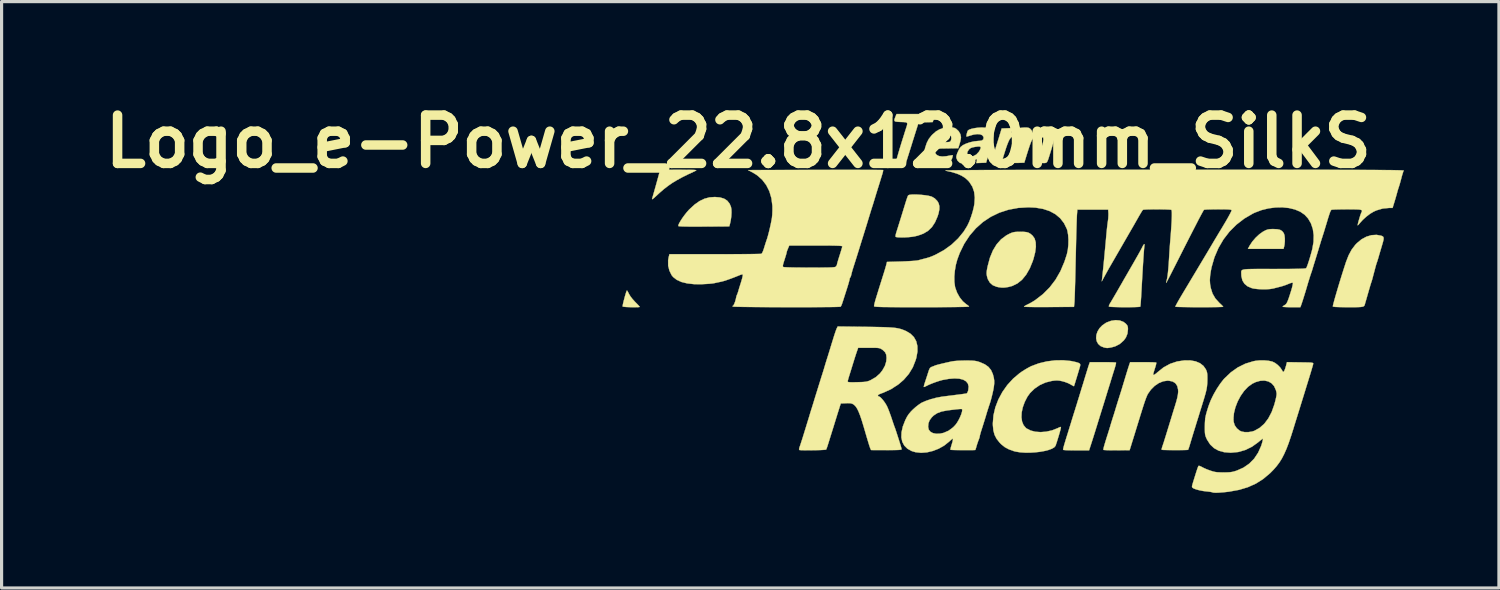
<source format=kicad_pcb>
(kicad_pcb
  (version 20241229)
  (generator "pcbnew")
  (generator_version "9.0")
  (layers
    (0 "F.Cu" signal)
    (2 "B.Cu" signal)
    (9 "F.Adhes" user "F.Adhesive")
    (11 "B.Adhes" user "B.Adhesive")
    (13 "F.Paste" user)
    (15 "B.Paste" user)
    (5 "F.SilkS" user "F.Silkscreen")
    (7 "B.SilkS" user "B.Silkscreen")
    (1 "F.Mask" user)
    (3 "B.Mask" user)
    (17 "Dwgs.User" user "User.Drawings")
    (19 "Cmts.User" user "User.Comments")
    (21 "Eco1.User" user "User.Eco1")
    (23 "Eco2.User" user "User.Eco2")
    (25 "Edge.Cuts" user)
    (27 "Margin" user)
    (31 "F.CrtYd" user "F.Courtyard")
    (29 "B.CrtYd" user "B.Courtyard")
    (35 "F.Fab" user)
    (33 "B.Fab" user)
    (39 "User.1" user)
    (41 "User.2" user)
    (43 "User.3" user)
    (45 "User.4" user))
  (footprint "Logo_e-Power_22.8x12.0mm_SilkS"
    (layer "F.Cu")
    (at 28.891 6.498)
    (property "Reference" "Logo_e-Power_22.8x12.0mm_SilkS" (at -8.636 -5.08 0) (layer "F.SilkS") (effects (font (size 1.524 1.524) (thickness 0.3))))
    (attr through_hole)
    (fp_poly (pts (xy 8.375 -2.312) (xy 8.463 -2.293) (xy 8.526 -2.256) (xy 8.572 -2.199) (xy 8.584 -2.178) (xy 8.603 -2.116) (xy 8.613 -2.026) (xy 8.613 -1.926) (xy 8.604 -1.829) (xy 8.593 -1.773) (xy 8.571 -1.693) (xy 7.448 -1.693) (xy 7.506 -1.801) (xy 7.587 -1.923) (xy 7.692 -2.045) (xy 7.808 -2.153) (xy 7.924 -2.236) (xy 7.941 -2.245) (xy 8.012 -2.282) (xy 8.07 -2.303) (xy 8.131 -2.314) (xy 8.211 -2.318) (xy 8.255 -2.318) (xy 8.375 -2.312)) (stroke (width 0.01) (type solid)) (fill yes) (layer "F.SilkS"))
    (fp_poly (pts (xy -10.509 -4.19) (xy -10.336 -4.189) (xy -10.202 -4.188) (xy -10.101 -4.187) (xy -10.031 -4.185) (xy -9.988 -4.181) (xy -9.967 -4.176) (xy -9.964 -4.17) (xy -9.976 -4.162) (xy -9.991 -4.154) (xy -10.215 -4.049) (xy -10.407 -3.954) (xy -10.573 -3.863) (xy -10.721 -3.774) (xy -10.857 -3.679) (xy -10.989 -3.577) (xy -11.124 -3.46) (xy -11.258 -3.336) (xy -11.319 -3.282) (xy -11.353 -3.259) (xy -11.36 -3.269) (xy -11.36 -3.27) (xy -11.299 -3.482) (xy -11.243 -3.681) (xy -11.194 -3.858) (xy -11.159 -3.985) (xy -11.102 -4.191) (xy -10.509 -4.19)) (stroke (width 0.01) (type solid)) (fill yes) (layer "F.SilkS"))
    (fp_poly (pts (xy -12.137 -0.362) (xy -12.111 -0.316) (xy -12.088 -0.27) (xy -12.045 -0.198) (xy -11.98 -0.113) (xy -11.903 -0.027) (xy -11.892 -0.016) (xy -11.83 0.047) (xy -11.781 0.098) (xy -11.753 0.131) (xy -11.748 0.138) (xy -11.767 0.144) (xy -11.819 0.148) (xy -11.894 0.149) (xy -11.983 0.149) (xy -12.075 0.146) (xy -12.161 0.143) (xy -12.231 0.137) (xy -12.276 0.131) (xy -12.288 0.127) (xy -12.287 0.1) (xy -12.277 0.044) (xy -12.259 -0.032) (xy -12.237 -0.118) (xy -12.213 -0.206) (xy -12.19 -0.284) (xy -12.17 -0.345) (xy -12.155 -0.377) (xy -12.152 -0.38) (xy -12.137 -0.362)) (stroke (width 0.01) (type solid)) (fill yes) (layer "F.SilkS"))
    (fp_poly (pts (xy 3.404 0.568) (xy 3.518 0.611) (xy 3.592 0.667) (xy 3.637 0.719) (xy 3.657 0.771) (xy 3.662 0.837) (xy 3.646 0.981) (xy 3.597 1.104) (xy 3.531 1.196) (xy 3.405 1.308) (xy 3.256 1.385) (xy 3.138 1.417) (xy 3.064 1.43) (xy 3.015 1.436) (xy 2.974 1.433) (xy 2.925 1.423) (xy 2.905 1.419) (xy 2.799 1.376) (xy 2.723 1.309) (xy 2.676 1.224) (xy 2.657 1.127) (xy 2.665 1.022) (xy 2.701 0.915) (xy 2.764 0.812) (xy 2.853 0.72) (xy 2.967 0.642) (xy 2.991 0.629) (xy 3.133 0.577) (xy 3.273 0.557) (xy 3.404 0.568)) (stroke (width 0.01) (type solid)) (fill yes) (layer "F.SilkS"))
    (fp_poly (pts (xy -9.377 -3.33) (xy -9.215 -3.316) (xy -9.086 -3.278) (xy -8.986 -3.213) (xy -8.912 -3.12) (xy -8.869 -3.018) (xy -8.855 -2.94) (xy -8.852 -2.835) (xy -8.859 -2.715) (xy -8.876 -2.593) (xy -8.894 -2.508) (xy -8.922 -2.402) (xy -9.719 -2.397) (xy -9.955 -2.396) (xy -10.151 -2.396) (xy -10.307 -2.398) (xy -10.422 -2.401) (xy -10.497 -2.406) (xy -10.529 -2.412) (xy -10.53 -2.413) (xy -10.528 -2.445) (xy -10.503 -2.502) (xy -10.459 -2.578) (xy -10.403 -2.665) (xy -10.337 -2.756) (xy -10.267 -2.845) (xy -10.197 -2.924) (xy -10.18 -2.941) (xy -10.019 -3.09) (xy -9.863 -3.2) (xy -9.708 -3.275) (xy -9.548 -3.318) (xy -9.377 -3.33) (xy -9.377 -3.33)) (stroke (width 0.01) (type solid)) (fill yes) (layer "F.SilkS"))
    (fp_poly (pts (xy 0.379 -2.23) (xy 0.463 -2.221) (xy 0.527 -2.201) (xy 0.583 -2.168) (xy 0.642 -2.118) (xy 0.65 -2.111) (xy 0.714 -2.022) (xy 0.749 -1.903) (xy 0.755 -1.756) (xy 0.732 -1.582) (xy 0.681 -1.383) (xy 0.658 -1.311) (xy 0.562 -1.076) (xy 0.449 -0.879) (xy 0.32 -0.721) (xy 0.173 -0.602) (xy 0.01 -0.522) (xy -0.115 -0.489) (xy -0.228 -0.472) (xy -0.321 -0.47) (xy -0.416 -0.482) (xy -0.486 -0.497) (xy -0.606 -0.546) (xy -0.698 -0.627) (xy -0.762 -0.738) (xy -0.784 -0.812) (xy -0.796 -0.872) (xy -0.8 -0.926) (xy -0.796 -0.987) (xy -0.783 -1.066) (xy -0.765 -1.152) (xy -0.695 -1.414) (xy -0.601 -1.642) (xy -0.483 -1.836) (xy -0.343 -1.994) (xy -0.179 -2.117) (xy -0.089 -2.165) (xy -0.019 -2.197) (xy 0.04 -2.216) (xy 0.1 -2.227) (xy 0.178 -2.231) (xy 0.265 -2.232) (xy 0.379 -2.23)) (stroke (width 0.01) (type solid)) (fill yes) (layer "F.SilkS"))
    (fp_poly (pts (xy -2.974 -3.406) (xy -2.859 -3.398) (xy -2.745 -3.386) (xy -2.641 -3.37) (xy -2.556 -3.349) (xy -2.529 -3.34) (xy -2.437 -3.286) (xy -2.358 -3.206) (xy -2.316 -3.135) (xy -2.291 -3.043) (xy -2.292 -2.937) (xy -2.318 -2.81) (xy -2.348 -2.716) (xy -2.428 -2.531) (xy -2.525 -2.382) (xy -2.645 -2.265) (xy -2.792 -2.176) (xy -2.97 -2.111) (xy -3.074 -2.087) (xy -3.159 -2.073) (xy -3.26 -2.063) (xy -3.366 -2.056) (xy -3.469 -2.054) (xy -3.56 -2.055) (xy -3.629 -2.061) (xy -3.668 -2.071) (xy -3.673 -2.075) (xy -3.675 -2.106) (xy -3.664 -2.162) (xy -3.654 -2.197) (xy -3.625 -2.29) (xy -3.586 -2.413) (xy -3.542 -2.555) (xy -3.495 -2.705) (xy -3.449 -2.854) (xy -3.407 -2.991) (xy -3.372 -3.105) (xy -3.354 -3.164) (xy -3.326 -3.251) (xy -3.301 -3.323) (xy -3.282 -3.37) (xy -3.275 -3.381) (xy -3.241 -3.397) (xy -3.173 -3.406) (xy -3.081 -3.409) (xy -2.974 -3.406)) (stroke (width 0.01) (type solid)) (fill yes) (layer "F.SilkS"))
    (fp_poly (pts (xy -2.848 -5.948) (xy -2.708 -5.947) (xy -2.602 -5.946) (xy -2.525 -5.944) (xy -2.473 -5.94) (xy -2.441 -5.935) (xy -2.425 -5.928) (xy -2.421 -5.919) (xy -2.424 -5.911) (xy -2.44 -5.868) (xy -2.462 -5.806) (xy -2.47 -5.784) (xy -2.501 -5.695) (xy -2.723 -5.689) (xy -2.946 -5.683) (xy -3.019 -5.45) (xy -3.057 -5.331) (xy -3.097 -5.202) (xy -3.135 -5.083) (xy -3.152 -5.027) (xy -3.186 -4.918) (xy -3.226 -4.791) (xy -3.265 -4.666) (xy -3.28 -4.62) (xy -3.348 -4.403) (xy -3.505 -4.403) (xy -3.58 -4.405) (xy -3.636 -4.412) (xy -3.661 -4.421) (xy -3.662 -4.423) (xy -3.656 -4.458) (xy -3.638 -4.528) (xy -3.61 -4.628) (xy -3.574 -4.753) (xy -3.531 -4.897) (xy -3.482 -5.057) (xy -3.429 -5.225) (xy -3.375 -5.398) (xy -3.344 -5.494) (xy -3.316 -5.581) (xy -3.304 -5.638) (xy -3.314 -5.672) (xy -3.35 -5.689) (xy -3.418 -5.695) (xy -3.508 -5.698) (xy -3.61 -5.703) (xy -3.675 -5.711) (xy -3.707 -5.73) (xy -3.712 -5.765) (xy -3.695 -5.82) (xy -3.674 -5.874) (xy -3.643 -5.948) (xy -3.026 -5.948) (xy -2.848 -5.948)) (stroke (width 0.01) (type solid)) (fill yes) (layer "F.SilkS"))
    (fp_poly (pts (xy 4.187 -1.832) (xy 4.182 -1.794) (xy 4.177 -1.756) (xy 4.169 -1.678) (xy 4.16 -1.558) (xy 4.149 -1.399) (xy 4.136 -1.2) (xy 4.122 -0.964) (xy 4.106 -0.69) (xy 4.089 -0.379) (xy 4.084 -0.298) (xy 4.077 -0.169) (xy 4.069 -0.056) (xy 4.062 0.037) (xy 4.056 0.101) (xy 4.051 0.13) (xy 4.051 0.131) (xy 4.027 0.137) (xy 3.968 0.141) (xy 3.881 0.145) (xy 3.774 0.147) (xy 3.654 0.148) (xy 3.529 0.148) (xy 3.404 0.147) (xy 3.289 0.144) (xy 3.189 0.141) (xy 3.113 0.137) (xy 3.068 0.131) (xy 3.059 0.128) (xy 3.062 0.099) (xy 3.083 0.05) (xy 3.097 0.027) (xy 3.122 -0.014) (xy 3.164 -0.086) (xy 3.22 -0.181) (xy 3.286 -0.294) (xy 3.358 -0.419) (xy 3.397 -0.487) (xy 3.47 -0.613) (xy 3.537 -0.731) (xy 3.596 -0.833) (xy 3.643 -0.914) (xy 3.674 -0.968) (xy 3.683 -0.984) (xy 3.794 -1.176) (xy 3.892 -1.347) (xy 3.975 -1.493) (xy 4.042 -1.613) (xy 4.09 -1.702) (xy 4.12 -1.76) (xy 4.126 -1.773) (xy 4.151 -1.819) (xy 4.174 -1.84) (xy 4.187 -1.832)) (stroke (width 0.01) (type solid)) (fill yes) (layer "F.SilkS"))
    (fp_poly (pts (xy 11.652 -2.109) (xy 11.695 -2.092) (xy 11.721 -2.07) (xy 11.732 -2.036) (xy 11.728 -1.982) (xy 11.708 -1.901) (xy 11.676 -1.791) (xy 11.644 -1.683) (xy 11.609 -1.565) (xy 11.579 -1.462) (xy 11.579 -1.46) (xy 11.555 -1.379) (xy 11.533 -1.308) (xy 11.518 -1.263) (xy 11.516 -1.259) (xy 11.502 -1.217) (xy 11.482 -1.149) (xy 11.465 -1.085) (xy 11.439 -0.986) (xy 11.41 -0.877) (xy 11.395 -0.82) (xy 11.375 -0.744) (xy 11.356 -0.679) (xy 11.345 -0.646) (xy 11.331 -0.605) (xy 11.31 -0.538) (xy 11.287 -0.457) (xy 11.283 -0.445) (xy 11.253 -0.34) (xy 11.22 -0.226) (xy 11.195 -0.138) (xy 11.172 -0.058) (xy 11.152 0.01) (xy 11.14 0.052) (xy 11.14 0.053) (xy 11.131 0.083) (xy 11.118 0.106) (xy 11.096 0.123) (xy 11.06 0.134) (xy 11.004 0.142) (xy 10.924 0.146) (xy 10.813 0.148) (xy 10.667 0.148) (xy 10.614 0.148) (xy 10.444 0.147) (xy 10.308 0.144) (xy 10.209 0.14) (xy 10.148 0.133) (xy 10.128 0.126) (xy 10.131 0.102) (xy 10.145 0.042) (xy 10.169 -0.048) (xy 10.201 -0.163) (xy 10.24 -0.297) (xy 10.284 -0.447) (xy 10.332 -0.606) (xy 10.382 -0.77) (xy 10.433 -0.933) (xy 10.483 -1.09) (xy 10.531 -1.237) (xy 10.545 -1.281) (xy 10.627 -1.491) (xy 10.722 -1.668) (xy 10.836 -1.819) (xy 10.889 -1.874) (xy 11.032 -1.993) (xy 11.187 -2.077) (xy 11.347 -2.125) (xy 11.508 -2.135) (xy 11.652 -2.109)) (stroke (width 0.01) (type solid)) (fill yes) (layer "F.SilkS"))
    (fp_poly (pts (xy 2.994 1.884) (xy 3.106 1.886) (xy 3.196 1.888) (xy 3.258 1.892) (xy 3.285 1.895) (xy 3.285 1.895) (xy 3.284 1.919) (xy 3.272 1.974) (xy 3.251 2.049) (xy 3.238 2.091) (xy 3.205 2.196) (xy 3.166 2.32) (xy 3.128 2.444) (xy 3.112 2.498) (xy 3.073 2.624) (xy 3.022 2.787) (xy 2.961 2.987) (xy 2.889 3.22) (xy 2.807 3.483) (xy 2.774 3.588) (xy 2.752 3.66) (xy 2.721 3.758) (xy 2.687 3.87) (xy 2.656 3.969) (xy 2.617 4.095) (xy 2.573 4.235) (xy 2.531 4.367) (xy 2.506 4.445) (xy 2.434 4.667) (xy 2.03 4.667) (xy 1.904 4.666) (xy 1.792 4.664) (xy 1.703 4.661) (xy 1.642 4.656) (xy 1.616 4.651) (xy 1.616 4.651) (xy 1.615 4.63) (xy 1.625 4.582) (xy 1.646 4.504) (xy 1.679 4.393) (xy 1.724 4.246) (xy 1.738 4.202) (xy 1.76 4.132) (xy 1.79 4.034) (xy 1.825 3.921) (xy 1.861 3.806) (xy 1.863 3.799) (xy 1.898 3.684) (xy 1.933 3.571) (xy 1.964 3.472) (xy 1.987 3.4) (xy 1.988 3.397) (xy 2.011 3.321) (xy 2.043 3.221) (xy 2.076 3.111) (xy 2.096 3.048) (xy 2.132 2.93) (xy 2.172 2.801) (xy 2.208 2.681) (xy 2.223 2.635) (xy 2.256 2.528) (xy 2.294 2.401) (xy 2.333 2.275) (xy 2.349 2.223) (xy 2.379 2.125) (xy 2.406 2.038) (xy 2.428 1.971) (xy 2.438 1.942) (xy 2.46 1.884) (xy 2.867 1.884) (xy 2.994 1.884)) (stroke (width 0.01) (type solid)) (fill yes) (layer "F.SilkS"))
    (fp_poly (pts (xy -1.857 -5.52) (xy -1.812 -5.509) (xy -1.772 -5.488) (xy -1.757 -5.478) (xy -1.681 -5.406) (xy -1.628 -5.313) (xy -1.609 -5.216) (xy -1.609 -5.215) (xy -1.615 -5.16) (xy -1.631 -5.082) (xy -1.652 -5.009) (xy -1.695 -4.869) (xy -2.059 -4.864) (xy -2.424 -4.858) (xy -2.43 -4.798) (xy -2.422 -4.72) (xy -2.379 -4.661) (xy -2.304 -4.623) (xy -2.202 -4.608) (xy -2.076 -4.617) (xy -2.03 -4.625) (xy -1.955 -4.64) (xy -1.898 -4.648) (xy -1.87 -4.649) (xy -1.869 -4.648) (xy -1.869 -4.625) (xy -1.882 -4.576) (xy -1.89 -4.549) (xy -1.917 -4.492) (xy -1.959 -4.451) (xy -2.021 -4.422) (xy -2.11 -4.403) (xy -2.232 -4.392) (xy -2.286 -4.389) (xy -2.388 -4.386) (xy -2.461 -4.388) (xy -2.516 -4.398) (xy -2.566 -4.417) (xy -2.577 -4.422) (xy -2.671 -4.487) (xy -2.733 -4.577) (xy -2.76 -4.69) (xy -2.753 -4.823) (xy -2.741 -4.879) (xy -2.69 -5.034) (xy -2.658 -5.097) (xy -2.349 -5.097) (xy -2.333 -5.075) (xy -2.284 -5.063) (xy -2.198 -5.059) (xy -2.15 -5.059) (xy -2.067 -5.061) (xy -1.999 -5.066) (xy -1.959 -5.073) (xy -1.954 -5.075) (xy -1.926 -5.114) (xy -1.913 -5.173) (xy -1.918 -5.23) (xy -1.924 -5.244) (xy -1.959 -5.282) (xy -2.008 -5.312) (xy -2.054 -5.325) (xy -2.097 -5.319) (xy -2.154 -5.294) (xy -2.222 -5.25) (xy -2.284 -5.196) (xy -2.294 -5.185) (xy -2.334 -5.132) (xy -2.349 -5.097) (xy -2.658 -5.097) (xy -2.626 -5.16) (xy -2.539 -5.271) (xy -2.509 -5.302) (xy -2.394 -5.403) (xy -2.279 -5.469) (xy -2.151 -5.506) (xy -2.011 -5.521) (xy -1.919 -5.523) (xy -1.857 -5.52)) (stroke (width 0.01) (type solid)) (fill yes) (layer "F.SilkS"))
    (fp_poly (pts (xy -0.813 -5.515) (xy -0.712 -5.486) (xy -0.642 -5.434) (xy -0.603 -5.357) (xy -0.593 -5.253) (xy -0.61 -5.12) (xy -0.648 -4.974) (xy -0.681 -4.864) (xy -0.719 -4.738) (xy -0.754 -4.62) (xy -0.759 -4.604) (xy -0.815 -4.413) (xy -0.97 -4.407) (xy -1.126 -4.401) (xy -1.111 -4.465) (xy -1.105 -4.51) (xy -1.108 -4.53) (xy -1.108 -4.53) (xy -1.13 -4.519) (xy -1.178 -4.493) (xy -1.228 -4.462) (xy -1.33 -4.414) (xy -1.439 -4.387) (xy -1.544 -4.384) (xy -1.631 -4.404) (xy -1.655 -4.417) (xy -1.719 -4.479) (xy -1.753 -4.56) (xy -1.757 -4.596) (xy -1.747 -4.65) (xy -1.732 -4.692) (xy -1.413 -4.692) (xy -1.384 -4.64) (xy -1.355 -4.62) (xy -1.316 -4.601) (xy -1.3 -4.593) (xy -1.28 -4.599) (xy -1.236 -4.614) (xy -1.226 -4.617) (xy -1.124 -4.671) (xy -1.043 -4.759) (xy -1.012 -4.813) (xy -0.987 -4.871) (xy -0.988 -4.907) (xy -1.017 -4.923) (xy -1.08 -4.923) (xy -1.157 -4.913) (xy -1.241 -4.897) (xy -1.298 -4.877) (xy -1.341 -4.846) (xy -1.361 -4.825) (xy -1.405 -4.756) (xy -1.413 -4.692) (xy -1.732 -4.692) (xy -1.72 -4.724) (xy -1.685 -4.804) (xy -1.646 -4.873) (xy -1.621 -4.908) (xy -1.551 -4.964) (xy -1.449 -5.014) (xy -1.327 -5.056) (xy -1.193 -5.086) (xy -1.06 -5.1) (xy -1.024 -5.101) (xy -0.948 -5.114) (xy -0.904 -5.15) (xy -0.895 -5.207) (xy -0.9 -5.229) (xy -0.937 -5.28) (xy -1.005 -5.309) (xy -1.099 -5.315) (xy -1.214 -5.299) (xy -1.305 -5.273) (xy -1.371 -5.252) (xy -1.418 -5.24) (xy -1.435 -5.238) (xy -1.437 -5.264) (xy -1.429 -5.313) (xy -1.414 -5.369) (xy -1.397 -5.416) (xy -1.389 -5.429) (xy -1.349 -5.457) (xy -1.276 -5.482) (xy -1.179 -5.503) (xy -1.068 -5.518) (xy -0.952 -5.524) (xy -0.946 -5.524) (xy -0.813 -5.515)) (stroke (width 0.01) (type solid)) (fill yes) (layer "F.SilkS"))
    (fp_poly (pts (xy 1.864 1.847) (xy 2.024 1.882) (xy 2.101 1.906) (xy 2.143 1.93) (xy 2.157 1.962) (xy 2.15 2.01) (xy 2.145 2.026) (xy 2.126 2.091) (xy 2.101 2.176) (xy 2.072 2.273) (xy 2.041 2.374) (xy 2.012 2.469) (xy 1.987 2.551) (xy 1.968 2.61) (xy 1.958 2.64) (xy 1.957 2.642) (xy 1.938 2.635) (xy 1.894 2.611) (xy 1.847 2.584) (xy 1.77 2.545) (xy 1.674 2.509) (xy 1.587 2.484) (xy 1.498 2.466) (xy 1.424 2.46) (xy 1.347 2.464) (xy 1.261 2.475) (xy 1.063 2.524) (xy 0.878 2.607) (xy 0.712 2.72) (xy 0.572 2.857) (xy 0.488 2.973) (xy 0.402 3.141) (xy 0.341 3.309) (xy 0.307 3.471) (xy 0.3 3.622) (xy 0.319 3.757) (xy 0.366 3.871) (xy 0.44 3.959) (xy 0.46 3.975) (xy 0.586 4.04) (xy 0.736 4.079) (xy 0.905 4.091) (xy 1.082 4.077) (xy 1.262 4.037) (xy 1.435 3.97) (xy 1.466 3.955) (xy 1.516 3.932) (xy 1.539 3.928) (xy 1.545 3.944) (xy 1.545 3.95) (xy 1.539 3.981) (xy 1.523 4.043) (xy 1.5 4.126) (xy 1.472 4.222) (xy 1.442 4.319) (xy 1.414 4.41) (xy 1.389 4.484) (xy 1.375 4.524) (xy 1.335 4.572) (xy 1.259 4.616) (xy 1.154 4.655) (xy 1.026 4.687) (xy 0.881 4.713) (xy 0.725 4.73) (xy 0.565 4.74) (xy 0.408 4.739) (xy 0.258 4.729) (xy 0.124 4.707) (xy 0.062 4.692) (xy -0.096 4.635) (xy -0.225 4.566) (xy -0.337 4.476) (xy -0.394 4.417) (xy -0.486 4.3) (xy -0.549 4.177) (xy -0.586 4.038) (xy -0.602 3.874) (xy -0.603 3.81) (xy -0.583 3.56) (xy -0.524 3.309) (xy -0.429 3.062) (xy -0.302 2.825) (xy -0.146 2.604) (xy 0.037 2.404) (xy 0.243 2.23) (xy 0.325 2.173) (xy 0.417 2.115) (xy 0.512 2.06) (xy 0.594 2.017) (xy 0.617 2.006) (xy 0.849 1.92) (xy 1.1 1.86) (xy 1.359 1.827) (xy 1.617 1.823) (xy 1.864 1.847)) (stroke (width 0.01) (type solid)) (fill yes) (layer "F.SilkS"))
    (fp_poly (pts (xy 1.196 -5.518) (xy 1.26 -5.501) (xy 1.304 -5.466) (xy 1.33 -5.425) (xy 1.347 -5.381) (xy 1.354 -5.327) (xy 1.35 -5.257) (xy 1.334 -5.167) (xy 1.306 -5.052) (xy 1.265 -4.906) (xy 1.218 -4.752) (xy 1.179 -4.626) (xy 1.15 -4.534) (xy 1.126 -4.471) (xy 1.104 -4.432) (xy 1.078 -4.411) (xy 1.045 -4.403) (xy 1 -4.402) (xy 0.941 -4.403) (xy 0.86 -4.403) (xy 0.813 -4.407) (xy 0.792 -4.416) (xy 0.79 -4.433) (xy 0.795 -4.45) (xy 0.848 -4.626) (xy 0.893 -4.772) (xy 0.935 -4.902) (xy 0.944 -4.927) (xy 0.979 -5.048) (xy 0.994 -5.139) (xy 0.987 -5.204) (xy 0.958 -5.249) (xy 0.941 -5.262) (xy 0.897 -5.284) (xy 0.852 -5.285) (xy 0.805 -5.273) (xy 0.754 -5.255) (xy 0.711 -5.229) (xy 0.673 -5.192) (xy 0.637 -5.139) (xy 0.602 -5.064) (xy 0.563 -4.962) (xy 0.519 -4.829) (xy 0.471 -4.678) (xy 0.39 -4.413) (xy 0.227 -4.407) (xy 0.15 -4.405) (xy 0.092 -4.406) (xy 0.065 -4.41) (xy 0.064 -4.411) (xy 0.07 -4.433) (xy 0.086 -4.489) (xy 0.112 -4.571) (xy 0.143 -4.67) (xy 0.16 -4.724) (xy 0.195 -4.839) (xy 0.227 -4.949) (xy 0.251 -5.043) (xy 0.266 -5.11) (xy 0.268 -5.125) (xy 0.273 -5.188) (xy 0.265 -5.224) (xy 0.239 -5.251) (xy 0.226 -5.26) (xy 0.152 -5.284) (xy 0.07 -5.27) (xy -0.015 -5.219) (xy -0.019 -5.216) (xy -0.05 -5.184) (xy -0.08 -5.141) (xy -0.11 -5.079) (xy -0.144 -4.995) (xy -0.184 -4.883) (xy -0.231 -4.736) (xy -0.249 -4.678) (xy -0.332 -4.413) (xy -0.482 -4.407) (xy -0.557 -4.406) (xy -0.614 -4.41) (xy -0.641 -4.417) (xy -0.642 -4.418) (xy -0.643 -4.427) (xy -0.641 -4.445) (xy -0.634 -4.478) (xy -0.62 -4.528) (xy -0.599 -4.6) (xy -0.569 -4.698) (xy -0.53 -4.826) (xy -0.48 -4.988) (xy -0.441 -5.112) (xy -0.41 -5.211) (xy -0.382 -5.304) (xy -0.359 -5.379) (xy -0.35 -5.408) (xy -0.325 -5.493) (xy -0.161 -5.499) (xy 0.002 -5.505) (xy -0.012 -5.428) (xy -0.019 -5.388) (xy -0.019 -5.368) (xy -0.004 -5.367) (xy 0.032 -5.387) (xy 0.094 -5.429) (xy 0.125 -5.45) (xy 0.187 -5.487) (xy 0.247 -5.508) (xy 0.325 -5.518) (xy 0.369 -5.521) (xy 0.452 -5.523) (xy 0.508 -5.518) (xy 0.548 -5.503) (xy 0.577 -5.483) (xy 0.616 -5.44) (xy 0.635 -5.399) (xy 0.635 -5.396) (xy 0.647 -5.362) (xy 0.682 -5.36) (xy 0.733 -5.392) (xy 0.743 -5.4) (xy 0.86 -5.476) (xy 1 -5.516) (xy 1.101 -5.523) (xy 1.196 -5.518)) (stroke (width 0.01) (type solid)) (fill yes) (layer "F.SilkS"))
    (fp_poly (pts (xy 5.633 1.828) (xy 5.797 1.858) (xy 5.935 1.916) (xy 6.044 2.001) (xy 6.12 2.109) (xy 6.143 2.163) (xy 6.158 2.214) (xy 6.166 2.277) (xy 6.168 2.362) (xy 6.168 2.434) (xy 6.165 2.546) (xy 6.156 2.647) (xy 6.14 2.747) (xy 6.113 2.859) (xy 6.074 2.994) (xy 6.058 3.048) (xy 6.022 3.164) (xy 5.981 3.298) (xy 5.936 3.441) (xy 5.893 3.583) (xy 5.852 3.713) (xy 5.818 3.822) (xy 5.796 3.895) (xy 5.737 4.085) (xy 5.675 4.288) (xy 5.623 4.462) (xy 5.599 4.543) (xy 5.577 4.607) (xy 5.563 4.644) (xy 5.56 4.649) (xy 5.536 4.653) (xy 5.478 4.656) (xy 5.394 4.658) (xy 5.291 4.659) (xy 5.177 4.659) (xy 5.062 4.659) (xy 4.952 4.658) (xy 4.855 4.656) (xy 4.78 4.654) (xy 4.735 4.65) (xy 4.726 4.648) (xy 4.725 4.623) (xy 4.738 4.573) (xy 4.747 4.546) (xy 4.765 4.492) (xy 4.793 4.408) (xy 4.825 4.305) (xy 4.86 4.193) (xy 4.867 4.17) (xy 4.983 3.793) (xy 5.1 3.411) (xy 5.144 3.27) (xy 5.19 3.118) (xy 5.221 2.997) (xy 5.239 2.9) (xy 5.247 2.82) (xy 5.244 2.748) (xy 5.217 2.634) (xy 5.16 2.549) (xy 5.073 2.494) (xy 4.956 2.469) (xy 4.909 2.467) (xy 4.772 2.487) (xy 4.635 2.543) (xy 4.504 2.632) (xy 4.386 2.75) (xy 4.29 2.886) (xy 4.262 2.943) (xy 4.228 3.028) (xy 4.186 3.145) (xy 4.137 3.296) (xy 4.078 3.484) (xy 4.055 3.556) (xy 4.037 3.617) (xy 4.008 3.71) (xy 3.972 3.827) (xy 3.931 3.959) (xy 3.889 4.097) (xy 3.847 4.233) (xy 3.808 4.358) (xy 3.775 4.464) (xy 3.751 4.543) (xy 3.749 4.548) (xy 3.714 4.661) (xy 3.305 4.664) (xy 3.178 4.664) (xy 3.066 4.663) (xy 2.975 4.66) (xy 2.913 4.656) (xy 2.886 4.652) (xy 2.886 4.651) (xy 2.887 4.622) (xy 2.902 4.555) (xy 2.931 4.454) (xy 2.972 4.32) (xy 3.006 4.212) (xy 3.029 4.141) (xy 3.059 4.045) (xy 3.092 3.938) (xy 3.111 3.873) (xy 3.14 3.777) (xy 3.167 3.691) (xy 3.187 3.626) (xy 3.196 3.598) (xy 3.21 3.557) (xy 3.232 3.485) (xy 3.26 3.395) (xy 3.281 3.323) (xy 3.314 3.217) (xy 3.346 3.113) (xy 3.374 3.024) (xy 3.387 2.985) (xy 3.409 2.914) (xy 3.44 2.817) (xy 3.473 2.71) (xy 3.492 2.646) (xy 3.559 2.425) (xy 3.614 2.244) (xy 3.657 2.104) (xy 3.689 2.005) (xy 3.708 1.946) (xy 3.71 1.942) (xy 3.73 1.884) (xy 4.137 1.884) (xy 4.264 1.884) (xy 4.376 1.886) (xy 4.466 1.888) (xy 4.528 1.892) (xy 4.555 1.895) (xy 4.555 1.895) (xy 4.555 1.92) (xy 4.544 1.973) (xy 4.525 2.038) (xy 4.492 2.142) (xy 4.471 2.211) (xy 4.46 2.254) (xy 4.458 2.276) (xy 4.463 2.285) (xy 4.475 2.286) (xy 4.476 2.286) (xy 4.506 2.272) (xy 4.554 2.237) (xy 4.597 2.199) (xy 4.786 2.048) (xy 4.991 1.936) (xy 5.212 1.862) (xy 5.445 1.827) (xy 5.633 1.828)) (stroke (width 0.01) (type solid)) (fill yes) (layer "F.SilkS"))
    (fp_poly (pts (xy -1.335 1.833) (xy -1.241 1.836) (xy -1.169 1.843) (xy -1.108 1.854) (xy -1.048 1.871) (xy -1.003 1.887) (xy -0.855 1.952) (xy -0.743 2.032) (xy -0.661 2.132) (xy -0.603 2.26) (xy -0.573 2.376) (xy -0.56 2.465) (xy -0.56 2.557) (xy -0.572 2.662) (xy -0.589 2.76) (xy -0.615 2.877) (xy -0.645 3) (xy -0.676 3.115) (xy -0.706 3.209) (xy -0.718 3.243) (xy -0.731 3.281) (xy -0.753 3.35) (xy -0.782 3.441) (xy -0.813 3.544) (xy -0.816 3.556) (xy -0.853 3.678) (xy -0.893 3.806) (xy -0.93 3.924) (xy -0.956 4.005) (xy -0.983 4.09) (xy -1.003 4.162) (xy -1.015 4.21) (xy -1.016 4.221) (xy -1.024 4.261) (xy -1.044 4.317) (xy -1.046 4.323) (xy -1.069 4.382) (xy -1.096 4.461) (xy -1.114 4.519) (xy -1.133 4.586) (xy -1.149 4.635) (xy -1.156 4.654) (xy -1.178 4.657) (xy -1.235 4.659) (xy -1.317 4.66) (xy -1.418 4.66) (xy -1.528 4.66) (xy -1.639 4.659) (xy -1.744 4.658) (xy -1.834 4.656) (xy -1.901 4.653) (xy -1.937 4.65) (xy -1.941 4.649) (xy -1.94 4.625) (xy -1.929 4.572) (xy -1.908 4.502) (xy -1.907 4.5) (xy -1.876 4.395) (xy -1.863 4.327) (xy -1.869 4.298) (xy -1.873 4.297) (xy -1.893 4.31) (xy -1.934 4.345) (xy -1.982 4.39) (xy -2.137 4.514) (xy -2.311 4.613) (xy -2.495 4.685) (xy -2.684 4.73) (xy -2.868 4.744) (xy -3.043 4.725) (xy -3.164 4.689) (xy -3.298 4.615) (xy -3.397 4.518) (xy -3.461 4.398) (xy -3.491 4.257) (xy -3.485 4.095) (xy -3.447 3.926) (xy -2.646 3.926) (xy -2.627 4.012) (xy -2.576 4.078) (xy -2.495 4.122) (xy -2.392 4.143) (xy -2.27 4.139) (xy -2.158 4.115) (xy -1.999 4.046) (xy -1.855 3.938) (xy -1.788 3.868) (xy -1.735 3.797) (xy -1.684 3.711) (xy -1.637 3.617) (xy -1.6 3.527) (xy -1.576 3.448) (xy -1.569 3.39) (xy -1.574 3.37) (xy -1.584 3.363) (xy -1.606 3.361) (xy -1.646 3.362) (xy -1.709 3.367) (xy -1.8 3.377) (xy -1.924 3.392) (xy -2.05 3.408) (xy -2.221 3.441) (xy -2.36 3.493) (xy -2.472 3.567) (xy -2.533 3.627) (xy -2.6 3.718) (xy -2.635 3.81) (xy -2.646 3.921) (xy -2.646 3.926) (xy -3.447 3.926) (xy -3.445 3.915) (xy -3.368 3.717) (xy -3.363 3.706) (xy -3.312 3.605) (xy -3.257 3.522) (xy -3.189 3.441) (xy -3.126 3.378) (xy -3.044 3.304) (xy -2.955 3.234) (xy -2.875 3.179) (xy -2.846 3.162) (xy -2.715 3.105) (xy -2.558 3.051) (xy -2.387 3.006) (xy -2.217 2.974) (xy -2.159 2.966) (xy -2.013 2.948) (xy -1.869 2.93) (xy -1.736 2.913) (xy -1.618 2.898) (xy -1.523 2.885) (xy -1.457 2.875) (xy -1.427 2.869) (xy -1.426 2.869) (xy -1.408 2.845) (xy -1.387 2.795) (xy -1.379 2.766) (xy -1.367 2.654) (xy -1.391 2.56) (xy -1.45 2.487) (xy -1.541 2.435) (xy -1.663 2.404) (xy -1.815 2.396) (xy -1.993 2.41) (xy -2.198 2.447) (xy -2.293 2.474) (xy -2.405 2.511) (xy -2.521 2.554) (xy -2.625 2.597) (xy -2.704 2.636) (xy -2.714 2.641) (xy -2.756 2.662) (xy -2.781 2.666) (xy -2.782 2.665) (xy -2.78 2.642) (xy -2.767 2.589) (xy -2.745 2.518) (xy -2.741 2.508) (xy -2.708 2.406) (xy -2.67 2.291) (xy -2.644 2.208) (xy -2.617 2.127) (xy -2.593 2.077) (xy -2.567 2.049) (xy -2.531 2.031) (xy -2.471 2.008) (xy -2.424 1.988) (xy -2.38 1.974) (xy -2.302 1.953) (xy -2.195 1.927) (xy -2.066 1.897) (xy -1.922 1.865) (xy -1.894 1.859) (xy -1.824 1.849) (xy -1.722 1.84) (xy -1.602 1.835) (xy -1.476 1.832) (xy -1.46 1.832) (xy -1.335 1.833)) (stroke (width 0.01) (type solid)) (fill yes) (layer "F.SilkS"))
    (fp_poly (pts (xy 7.966 1.827) (xy 8.103 1.84) (xy 8.217 1.865) (xy 8.22 1.866) (xy 8.305 1.908) (xy 8.393 1.975) (xy 8.47 2.055) (xy 8.518 2.127) (xy 8.544 2.172) (xy 8.566 2.192) (xy 8.571 2.192) (xy 8.594 2.16) (xy 8.621 2.094) (xy 8.65 2.002) (xy 8.657 1.973) (xy 8.68 1.883) (xy 9.097 1.889) (xy 9.24 1.891) (xy 9.345 1.893) (xy 9.42 1.896) (xy 9.468 1.901) (xy 9.495 1.908) (xy 9.507 1.917) (xy 9.509 1.93) (xy 9.508 1.937) (xy 9.5 1.972) (xy 9.481 2.039) (xy 9.455 2.128) (xy 9.424 2.231) (xy 9.417 2.254) (xy 9.378 2.381) (xy 9.336 2.517) (xy 9.296 2.646) (xy 9.267 2.741) (xy 9.231 2.858) (xy 9.191 2.988) (xy 9.154 3.107) (xy 9.143 3.143) (xy 9.069 3.382) (xy 9.005 3.588) (xy 8.948 3.771) (xy 8.896 3.939) (xy 8.891 3.958) (xy 8.81 4.213) (xy 8.736 4.432) (xy 8.664 4.62) (xy 8.593 4.781) (xy 8.52 4.923) (xy 8.441 5.049) (xy 8.354 5.165) (xy 8.257 5.276) (xy 8.147 5.388) (xy 8.144 5.39) (xy 7.931 5.569) (xy 7.701 5.715) (xy 7.448 5.829) (xy 7.169 5.913) (xy 6.861 5.969) (xy 6.843 5.972) (xy 6.688 5.989) (xy 6.553 6) (xy 6.444 6.005) (xy 6.368 6.002) (xy 6.329 5.993) (xy 6.293 5.982) (xy 6.228 5.972) (xy 6.149 5.963) (xy 6.144 5.963) (xy 6.031 5.949) (xy 5.918 5.927) (xy 5.817 5.9) (xy 5.739 5.871) (xy 5.709 5.853) (xy 5.69 5.836) (xy 5.682 5.815) (xy 5.687 5.779) (xy 5.704 5.717) (xy 5.715 5.68) (xy 5.769 5.505) (xy 5.812 5.368) (xy 5.845 5.267) (xy 5.869 5.2) (xy 5.884 5.163) (xy 5.888 5.157) (xy 5.913 5.156) (xy 5.961 5.174) (xy 5.996 5.193) (xy 6.063 5.227) (xy 6.152 5.266) (xy 6.246 5.301) (xy 6.257 5.305) (xy 6.337 5.331) (xy 6.408 5.348) (xy 6.482 5.358) (xy 6.573 5.362) (xy 6.678 5.363) (xy 6.795 5.362) (xy 6.884 5.357) (xy 6.957 5.346) (xy 7.028 5.328) (xy 7.099 5.305) (xy 7.308 5.212) (xy 7.49 5.086) (xy 7.645 4.929) (xy 7.77 4.741) (xy 7.867 4.524) (xy 7.895 4.434) (xy 7.913 4.365) (xy 7.922 4.316) (xy 7.92 4.297) (xy 7.92 4.297) (xy 7.898 4.31) (xy 7.853 4.344) (xy 7.793 4.393) (xy 7.775 4.409) (xy 7.576 4.552) (xy 7.365 4.655) (xy 7.142 4.719) (xy 6.91 4.741) (xy 6.9 4.741) (xy 6.699 4.725) (xy 6.525 4.677) (xy 6.378 4.596) (xy 6.257 4.482) (xy 6.162 4.335) (xy 6.155 4.322) (xy 6.127 4.261) (xy 6.108 4.21) (xy 6.096 4.159) (xy 6.09 4.097) (xy 6.088 4.013) (xy 6.088 3.916) (xy 6.09 3.804) (xy 6.096 3.71) (xy 6.101 3.667) (xy 6.991 3.667) (xy 6.998 3.768) (xy 7.031 3.875) (xy 7.098 3.971) (xy 7.187 4.045) (xy 7.248 4.073) (xy 7.346 4.091) (xy 7.463 4.091) (xy 7.58 4.073) (xy 7.652 4.05) (xy 7.818 3.957) (xy 7.965 3.827) (xy 8.091 3.66) (xy 8.198 3.457) (xy 8.283 3.218) (xy 8.32 3.077) (xy 8.341 2.984) (xy 8.352 2.92) (xy 8.354 2.871) (xy 8.346 2.823) (xy 8.331 2.764) (xy 8.329 2.76) (xy 8.275 2.64) (xy 8.195 2.55) (xy 8.092 2.491) (xy 7.971 2.464) (xy 7.836 2.471) (xy 7.692 2.512) (xy 7.584 2.564) (xy 7.451 2.661) (xy 7.327 2.792) (xy 7.217 2.949) (xy 7.124 3.123) (xy 7.053 3.306) (xy 7.007 3.49) (xy 6.991 3.667) (xy 6.101 3.667) (xy 6.107 3.624) (xy 6.126 3.534) (xy 6.155 3.43) (xy 6.195 3.301) (xy 6.216 3.239) (xy 6.279 3.077) (xy 6.364 2.903) (xy 6.465 2.727) (xy 6.573 2.564) (xy 6.68 2.426) (xy 6.704 2.4) (xy 6.909 2.205) (xy 7.129 2.049) (xy 7.365 1.932) (xy 7.617 1.855) (xy 7.694 1.84) (xy 7.824 1.827) (xy 7.966 1.827)) (stroke (width 0.01) (type solid)) (fill yes) (layer "F.SilkS"))
    (fp_poly (pts (xy -4.628 0.768) (xy -4.391 0.771) (xy -4.192 0.775) (xy -4.025 0.779) (xy -3.888 0.785) (xy -3.774 0.793) (xy -3.68 0.802) (xy -3.601 0.815) (xy -3.532 0.831) (xy -3.47 0.85) (xy -3.408 0.874) (xy -3.347 0.9) (xy -3.204 0.984) (xy -3.095 1.092) (xy -3.022 1.222) (xy -2.985 1.374) (xy -2.983 1.547) (xy -3.017 1.74) (xy -3.038 1.813) (xy -3.13 2.047) (xy -3.256 2.254) (xy -3.415 2.439) (xy -3.582 2.583) (xy -3.817 2.736) (xy -4.063 2.848) (xy -4.122 2.869) (xy -4.186 2.894) (xy -4.225 2.92) (xy -4.233 2.934) (xy -4.217 2.961) (xy -4.204 2.963) (xy -4.168 2.98) (xy -4.118 3.026) (xy -4.061 3.092) (xy -4.005 3.169) (xy -3.957 3.249) (xy -3.938 3.287) (xy -3.905 3.363) (xy -3.866 3.465) (xy -3.825 3.577) (xy -3.8 3.651) (xy -3.768 3.748) (xy -3.739 3.833) (xy -3.717 3.897) (xy -3.706 3.926) (xy -3.689 3.971) (xy -3.664 4.044) (xy -3.634 4.136) (xy -3.601 4.239) (xy -3.567 4.344) (xy -3.536 4.444) (xy -3.509 4.531) (xy -3.491 4.595) (xy -3.482 4.629) (xy -3.482 4.632) (xy -3.49 4.641) (xy -3.517 4.648) (xy -3.568 4.653) (xy -3.646 4.656) (xy -3.757 4.658) (xy -3.904 4.659) (xy -3.953 4.659) (xy -4.09 4.658) (xy -4.214 4.658) (xy -4.316 4.658) (xy -4.392 4.658) (xy -4.435 4.657) (xy -4.442 4.657) (xy -4.451 4.649) (xy -4.464 4.623) (xy -4.483 4.574) (xy -4.507 4.502) (xy -4.538 4.401) (xy -4.578 4.268) (xy -4.627 4.101) (xy -4.678 3.926) (xy -4.738 3.728) (xy -4.792 3.568) (xy -4.842 3.442) (xy -4.889 3.346) (xy -4.936 3.277) (xy -4.985 3.229) (xy -4.994 3.222) (xy -5.038 3.197) (xy -5.083 3.183) (xy -5.142 3.178) (xy -5.23 3.179) (xy -5.235 3.18) (xy -5.402 3.186) (xy -5.43 3.27) (xy -5.446 3.322) (xy -5.472 3.404) (xy -5.504 3.505) (xy -5.538 3.616) (xy -5.546 3.641) (xy -5.585 3.767) (xy -5.626 3.901) (xy -5.665 4.026) (xy -5.697 4.127) (xy -5.697 4.128) (xy -5.731 4.236) (xy -5.766 4.349) (xy -5.797 4.449) (xy -5.806 4.477) (xy -5.83 4.552) (xy -5.851 4.61) (xy -5.864 4.641) (xy -5.865 4.642) (xy -5.889 4.647) (xy -5.948 4.652) (xy -6.033 4.657) (xy -6.137 4.66) (xy -6.251 4.662) (xy -6.368 4.664) (xy -6.479 4.664) (xy -6.577 4.663) (xy -6.654 4.661) (xy -6.702 4.657) (xy -6.713 4.655) (xy -6.72 4.627) (xy -6.707 4.572) (xy -6.702 4.559) (xy -6.681 4.5) (xy -6.65 4.404) (xy -6.609 4.277) (xy -6.561 4.122) (xy -6.506 3.944) (xy -6.446 3.748) (xy -6.426 3.683) (xy -6.393 3.575) (xy -6.362 3.471) (xy -6.335 3.384) (xy -6.319 3.334) (xy -6.295 3.258) (xy -6.274 3.189) (xy -6.266 3.164) (xy -6.252 3.117) (xy -6.228 3.038) (xy -6.196 2.934) (xy -6.159 2.816) (xy -6.12 2.69) (xy -6.081 2.565) (xy -6.059 2.494) (xy -5.186 2.494) (xy -5.179 2.505) (xy -5.153 2.513) (xy -5.103 2.517) (xy -5.023 2.518) (xy -4.908 2.516) (xy -4.884 2.515) (xy -4.761 2.512) (xy -4.672 2.507) (xy -4.605 2.499) (xy -4.552 2.487) (xy -4.503 2.47) (xy -4.461 2.451) (xy -4.298 2.357) (xy -4.166 2.24) (xy -4.087 2.138) (xy -4.009 1.999) (xy -3.968 1.863) (xy -3.958 1.75) (xy -3.968 1.648) (xy -4.003 1.571) (xy -4.069 1.506) (xy -4.093 1.488) (xy -4.127 1.466) (xy -4.158 1.45) (xy -4.194 1.44) (xy -4.243 1.433) (xy -4.312 1.43) (xy -4.41 1.429) (xy -4.517 1.429) (xy -4.854 1.429) (xy -4.902 1.566) (xy -4.929 1.647) (xy -4.963 1.752) (xy -4.998 1.865) (xy -5.017 1.926) (xy -5.052 2.039) (xy -5.088 2.157) (xy -5.121 2.262) (xy -5.135 2.307) (xy -5.159 2.385) (xy -5.177 2.451) (xy -5.186 2.49) (xy -5.186 2.494) (xy -6.059 2.494) (xy -6.045 2.45) (xy -6.015 2.352) (xy -5.992 2.281) (xy -5.99 2.275) (xy -5.962 2.185) (xy -5.933 2.092) (xy -5.919 2.043) (xy -5.899 1.976) (xy -5.871 1.883) (xy -5.839 1.781) (xy -5.821 1.725) (xy -5.79 1.625) (xy -5.751 1.499) (xy -5.709 1.361) (xy -5.668 1.227) (xy -5.658 1.196) (xy -5.623 1.082) (xy -5.589 0.977) (xy -5.56 0.892) (xy -5.538 0.834) (xy -5.531 0.818) (xy -5.5 0.757) (xy -4.628 0.768)) (stroke (width 0.01) (type solid)) (fill yes) (layer "F.SilkS"))
    (fp_poly (pts (xy -5.102 -4.187) (xy -4.871 -4.187) (xy -4.664 -4.186) (xy -4.482 -4.186) (xy -4.33 -4.185) (xy -4.21 -4.184) (xy -4.125 -4.183) (xy -4.077 -4.182) (xy -4.068 -4.181) (xy -4.065 -4.169) (xy -4.069 -4.143) (xy -4.08 -4.095) (xy -4.102 -4.021) (xy -4.135 -3.915) (xy -4.151 -3.863) (xy -4.182 -3.762) (xy -4.218 -3.647) (xy -4.255 -3.529) (xy -4.29 -3.416) (xy -4.319 -3.32) (xy -4.34 -3.252) (xy -4.344 -3.239) (xy -4.363 -3.175) (xy -4.388 -3.094) (xy -4.403 -3.048) (xy -4.424 -2.984) (xy -4.453 -2.89) (xy -4.487 -2.78) (xy -4.522 -2.664) (xy -4.528 -2.646) (xy -4.565 -2.523) (xy -4.597 -2.419) (xy -4.627 -2.322) (xy -4.659 -2.22) (xy -4.696 -2.1) (xy -4.739 -1.963) (xy -4.761 -1.892) (xy -4.792 -1.793) (xy -4.827 -1.679) (xy -4.864 -1.561) (xy -4.869 -1.545) (xy -4.906 -1.426) (xy -4.944 -1.306) (xy -4.978 -1.199) (xy -5.004 -1.118) (xy -5.006 -1.111) (xy -5.033 -1.025) (xy -5.056 -0.942) (xy -5.07 -0.883) (xy -5.084 -0.829) (xy -5.1 -0.795) (xy -5.104 -0.792) (xy -5.12 -0.764) (xy -5.122 -0.745) (xy -5.129 -0.712) (xy -5.146 -0.647) (xy -5.171 -0.56) (xy -5.202 -0.46) (xy -5.207 -0.444) (xy -5.244 -0.328) (xy -5.282 -0.21) (xy -5.315 -0.106) (xy -5.339 -0.032) (xy -5.364 0.043) (xy -5.388 0.101) (xy -5.406 0.131) (xy -5.407 0.132) (xy -5.433 0.135) (xy -5.496 0.138) (xy -5.594 0.141) (xy -5.722 0.143) (xy -5.877 0.144) (xy -6.054 0.146) (xy -6.25 0.147) (xy -6.462 0.148) (xy -6.684 0.148) (xy -6.913 0.148) (xy -7.146 0.148) (xy -7.378 0.147) (xy -7.606 0.147) (xy -7.825 0.145) (xy -8.033 0.144) (xy -8.224 0.142) (xy -8.395 0.14) (xy -8.542 0.138) (xy -8.662 0.135) (xy -8.75 0.133) (xy -8.802 0.13) (xy -8.816 0.127) (xy -8.816 0.107) (xy -8.809 0.106) (xy -8.788 0.087) (xy -8.763 0.038) (xy -8.737 -0.031) (xy -8.716 -0.107) (xy -8.709 -0.139) (xy -8.696 -0.198) (xy -8.682 -0.238) (xy -8.679 -0.243) (xy -8.665 -0.275) (xy -8.646 -0.331) (xy -8.637 -0.36) (xy -8.617 -0.43) (xy -8.598 -0.493) (xy -8.593 -0.508) (xy -8.549 -0.647) (xy -8.517 -0.757) (xy -8.499 -0.835) (xy -8.494 -0.877) (xy -8.496 -0.883) (xy -8.524 -0.886) (xy -8.568 -0.874) (xy -8.719 -0.813) (xy -8.864 -0.757) (xy -8.995 -0.711) (xy -9.104 -0.676) (xy -9.182 -0.656) (xy -9.27 -0.638) (xy -9.359 -0.619) (xy -9.398 -0.61) (xy -9.455 -0.601) (xy -9.544 -0.592) (xy -9.651 -0.585) (xy -9.767 -0.579) (xy -9.779 -0.578) (xy -10.031 -0.579) (xy -10.249 -0.603) (xy -10.432 -0.648) (xy -10.581 -0.716) (xy -10.695 -0.805) (xy -10.744 -0.866) (xy -10.814 -1.01) (xy -10.847 -1.151) (xy -7.232 -1.151) (xy -7.226 -1.129) (xy -7.217 -1.121) (xy -7.189 -1.116) (xy -7.123 -1.112) (xy -7.023 -1.108) (xy -6.895 -1.105) (xy -6.741 -1.103) (xy -6.567 -1.102) (xy -6.389 -1.101) (xy -6.181 -1.101) (xy -6.011 -1.102) (xy -5.876 -1.103) (xy -5.771 -1.105) (xy -5.693 -1.108) (xy -5.636 -1.112) (xy -5.598 -1.117) (xy -5.574 -1.124) (xy -5.559 -1.132) (xy -5.558 -1.134) (xy -5.531 -1.172) (xy -5.524 -1.195) (xy -5.518 -1.225) (xy -5.501 -1.286) (xy -5.476 -1.37) (xy -5.445 -1.469) (xy -5.44 -1.484) (xy -5.408 -1.585) (xy -5.382 -1.671) (xy -5.363 -1.736) (xy -5.355 -1.771) (xy -5.355 -1.773) (xy -5.364 -1.779) (xy -5.391 -1.785) (xy -5.44 -1.79) (xy -5.515 -1.793) (xy -5.619 -1.796) (xy -5.754 -1.798) (xy -5.924 -1.799) (xy -6.133 -1.799) (xy -6.192 -1.799) (xy -7.029 -1.799) (xy -7.07 -1.702) (xy -7.095 -1.641) (xy -7.11 -1.594) (xy -7.112 -1.58) (xy -7.118 -1.551) (xy -7.135 -1.491) (xy -7.16 -1.411) (xy -7.18 -1.348) (xy -7.21 -1.253) (xy -7.227 -1.19) (xy -7.232 -1.151) (xy -10.847 -1.151) (xy -10.851 -1.17) (xy -10.852 -1.335) (xy -10.835 -1.43) (xy -10.811 -1.524) (xy -9.376 -1.524) (xy -9.133 -1.524) (xy -8.901 -1.525) (xy -8.686 -1.526) (xy -8.489 -1.527) (xy -8.315 -1.528) (xy -8.167 -1.53) (xy -8.049 -1.532) (xy -7.965 -1.534) (xy -7.917 -1.536) (xy -7.907 -1.537) (xy -7.885 -1.564) (xy -7.857 -1.624) (xy -7.826 -1.712) (xy -7.82 -1.733) (xy -7.793 -1.821) (xy -7.768 -1.899) (xy -7.75 -1.954) (xy -7.745 -1.966) (xy -7.725 -2.026) (xy -7.699 -2.116) (xy -7.67 -2.227) (xy -7.641 -2.348) (xy -7.614 -2.469) (xy -7.592 -2.58) (xy -7.576 -2.669) (xy -7.576 -2.669) (xy -7.565 -2.78) (xy -7.56 -2.912) (xy -7.561 -3.04) (xy -7.562 -3.056) (xy -7.593 -3.295) (xy -7.658 -3.513) (xy -7.756 -3.707) (xy -7.885 -3.876) (xy -8.045 -4.017) (xy -8.176 -4.099) (xy -8.329 -4.18) (xy -6.204 -4.186) (xy -5.907 -4.186) (xy -5.623 -4.187) (xy -5.354 -4.187) (xy -5.102 -4.187)) (stroke (width 0.01) (type solid)) (fill yes) (layer "F.SilkS"))
    (fp_poly (pts (xy 7.564 -4.189) (xy 8.089 -4.189) (xy 8.576 -4.189) (xy 9.029 -4.188) (xy 9.446 -4.188) (xy 9.83 -4.188) (xy 10.183 -4.187) (xy 10.504 -4.186) (xy 10.795 -4.186) (xy 11.057 -4.185) (xy 11.292 -4.184) (xy 11.5 -4.183) (xy 11.682 -4.181) (xy 11.84 -4.18) (xy 11.975 -4.179) (xy 12.088 -4.177) (xy 12.181 -4.175) (xy 12.253 -4.173) (xy 12.306 -4.171) (xy 12.342 -4.169) (xy 12.362 -4.167) (xy 12.366 -4.165) (xy 12.352 -4.134) (xy 12.332 -4.072) (xy 12.307 -3.989) (xy 12.29 -3.922) (xy 12.264 -3.826) (xy 12.24 -3.739) (xy 12.22 -3.673) (xy 12.211 -3.647) (xy 12.193 -3.592) (xy 12.17 -3.517) (xy 12.158 -3.471) (xy 12.137 -3.395) (xy 12.109 -3.297) (xy 12.079 -3.195) (xy 12.071 -3.17) (xy 12.014 -2.985) (xy 11.905 -2.985) (xy 11.704 -2.966) (xy 11.512 -2.91) (xy 11.419 -2.869) (xy 11.306 -2.802) (xy 11.186 -2.711) (xy 11.072 -2.607) (xy 10.978 -2.503) (xy 10.967 -2.489) (xy 10.935 -2.451) (xy 10.915 -2.436) (xy 10.913 -2.436) (xy 10.914 -2.459) (xy 10.926 -2.512) (xy 10.945 -2.583) (xy 10.968 -2.662) (xy 10.991 -2.738) (xy 11.013 -2.801) (xy 11.029 -2.838) (xy 11.044 -2.871) (xy 11.049 -2.895) (xy 11.038 -2.914) (xy 11.007 -2.926) (xy 10.953 -2.935) (xy 10.87 -2.939) (xy 10.754 -2.941) (xy 10.601 -2.942) (xy 10.568 -2.942) (xy 10.432 -2.941) (xy 10.31 -2.939) (xy 10.208 -2.936) (xy 10.132 -2.932) (xy 10.091 -2.928) (xy 10.085 -2.926) (xy 10.069 -2.91) (xy 10.053 -2.879) (xy 10.032 -2.827) (xy 10.006 -2.749) (xy 9.971 -2.639) (xy 9.948 -2.561) (xy 9.909 -2.432) (xy 9.879 -2.333) (xy 9.855 -2.254) (xy 9.834 -2.186) (xy 9.812 -2.119) (xy 9.798 -2.074) (xy 9.775 -2.003) (xy 9.745 -1.907) (xy 9.713 -1.8) (xy 9.693 -1.736) (xy 9.657 -1.615) (xy 9.616 -1.482) (xy 9.578 -1.358) (xy 9.564 -1.312) (xy 9.534 -1.217) (xy 9.507 -1.128) (xy 9.486 -1.06) (xy 9.48 -1.037) (xy 9.46 -0.974) (xy 9.442 -0.923) (xy 9.441 -0.921) (xy 9.428 -0.883) (xy 9.406 -0.816) (xy 9.379 -0.728) (xy 9.349 -0.632) (xy 9.321 -0.536) (xy 9.296 -0.452) (xy 9.291 -0.434) (xy 9.271 -0.365) (xy 9.243 -0.275) (xy 9.212 -0.176) (xy 9.181 -0.077) (xy 9.153 0.008) (xy 9.132 0.07) (xy 9.125 0.09) (xy 9.103 0.148) (xy 8.831 0.148) (xy 8.727 0.147) (xy 8.64 0.144) (xy 8.577 0.14) (xy 8.546 0.135) (xy 8.545 0.135) (xy 8.552 0.118) (xy 8.588 0.093) (xy 8.599 0.087) (xy 8.629 0.069) (xy 8.654 0.045) (xy 8.678 0.009) (xy 8.703 -0.046) (xy 8.732 -0.123) (xy 8.768 -0.231) (xy 8.812 -0.37) (xy 8.839 -0.464) (xy 8.858 -0.543) (xy 8.868 -0.599) (xy 8.867 -0.622) (xy 8.839 -0.625) (xy 8.784 -0.61) (xy 8.727 -0.587) (xy 8.634 -0.55) (xy 8.531 -0.516) (xy 8.477 -0.501) (xy 8.387 -0.478) (xy 8.293 -0.454) (xy 8.246 -0.442) (xy 8.145 -0.425) (xy 8.019 -0.417) (xy 7.881 -0.417) (xy 7.746 -0.425) (xy 7.629 -0.44) (xy 7.57 -0.454) (xy 7.436 -0.511) (xy 7.338 -0.593) (xy 7.273 -0.699) (xy 7.242 -0.831) (xy 7.239 -0.895) (xy 7.238 -0.933) (xy 7.237 -0.964) (xy 7.24 -0.99) (xy 7.25 -1.01) (xy 7.27 -1.026) (xy 7.305 -1.038) (xy 7.357 -1.047) (xy 7.43 -1.053) (xy 7.527 -1.056) (xy 7.653 -1.058) (xy 7.81 -1.059) (xy 8.002 -1.059) (xy 8.232 -1.058) (xy 8.265 -1.058) (xy 8.508 -1.059) (xy 8.712 -1.059) (xy 8.879 -1.061) (xy 9.013 -1.063) (xy 9.117 -1.066) (xy 9.193 -1.069) (xy 9.245 -1.074) (xy 9.276 -1.079) (xy 9.288 -1.085) (xy 9.305 -1.119) (xy 9.331 -1.186) (xy 9.362 -1.278) (xy 9.396 -1.386) (xy 9.43 -1.503) (xy 9.463 -1.621) (xy 9.481 -1.692) (xy 9.519 -1.913) (xy 9.524 -2.124) (xy 9.497 -2.32) (xy 9.437 -2.498) (xy 9.347 -2.652) (xy 9.24 -2.769) (xy 9.101 -2.865) (xy 8.933 -2.936) (xy 8.743 -2.982) (xy 8.536 -3.004) (xy 8.319 -3) (xy 8.098 -2.971) (xy 7.878 -2.917) (xy 7.667 -2.837) (xy 7.609 -2.81) (xy 7.336 -2.651) (xy 7.088 -2.46) (xy 6.867 -2.24) (xy 6.676 -1.992) (xy 6.517 -1.72) (xy 6.391 -1.427) (xy 6.301 -1.116) (xy 6.277 -0.995) (xy 6.254 -0.837) (xy 6.246 -0.702) (xy 6.254 -0.576) (xy 6.274 -0.462) (xy 6.33 -0.283) (xy 6.42 -0.128) (xy 6.545 0.01) (xy 6.603 0.064) (xy 6.646 0.107) (xy 6.667 0.132) (xy 6.668 0.134) (xy 6.647 0.138) (xy 6.591 0.141) (xy 6.503 0.144) (xy 6.391 0.146) (xy 6.259 0.147) (xy 6.114 0.148) (xy 5.961 0.148) (xy 5.807 0.148) (xy 5.656 0.147) (xy 5.515 0.145) (xy 5.39 0.143) (xy 5.286 0.141) (xy 5.21 0.138) (xy 5.166 0.135) (xy 5.158 0.132) (xy 5.165 0.11) (xy 5.192 0.058) (xy 5.235 -0.021) (xy 5.291 -0.119) (xy 5.358 -0.232) (xy 5.396 -0.296) (xy 5.489 -0.451) (xy 5.588 -0.616) (xy 5.69 -0.787) (xy 5.794 -0.96) (xy 5.896 -1.131) (xy 5.994 -1.295) (xy 6.085 -1.447) (xy 6.167 -1.584) (xy 6.237 -1.702) (xy 6.293 -1.796) (xy 6.331 -1.861) (xy 6.349 -1.891) (xy 6.37 -1.927) (xy 6.41 -1.994) (xy 6.465 -2.085) (xy 6.531 -2.196) (xy 6.606 -2.319) (xy 6.667 -2.421) (xy 6.742 -2.547) (xy 6.809 -2.663) (xy 6.864 -2.763) (xy 6.905 -2.841) (xy 6.929 -2.893) (xy 6.934 -2.913) (xy 6.923 -2.923) (xy 6.894 -2.931) (xy 6.844 -2.936) (xy 6.766 -2.94) (xy 6.656 -2.941) (xy 6.509 -2.942) (xy 6.504 -2.942) (xy 6.374 -2.941) (xy 6.258 -2.939) (xy 6.163 -2.936) (xy 6.096 -2.931) (xy 6.063 -2.927) (xy 6.062 -2.926) (xy 6.046 -2.904) (xy 6.014 -2.847) (xy 5.964 -2.755) (xy 5.896 -2.628) (xy 5.812 -2.464) (xy 5.709 -2.264) (xy 5.588 -2.028) (xy 5.449 -1.755) (xy 5.292 -1.444) (xy 5.156 -1.176) (xy 5.084 -1.034) (xy 5.019 -0.906) (xy 4.963 -0.796) (xy 4.918 -0.709) (xy 4.886 -0.649) (xy 4.87 -0.62) (xy 4.868 -0.619) (xy 4.873 -0.645) (xy 4.884 -0.7) (xy 4.899 -0.766) (xy 4.91 -0.831) (xy 4.922 -0.928) (xy 4.934 -1.048) (xy 4.945 -1.182) (xy 4.953 -1.302) (xy 4.962 -1.449) (xy 4.971 -1.6) (xy 4.981 -1.744) (xy 4.99 -1.867) (xy 4.996 -1.937) (xy 5.016 -2.187) (xy 5.031 -2.403) (xy 5.042 -2.583) (xy 5.047 -2.727) (xy 5.047 -2.833) (xy 5.042 -2.899) (xy 5.033 -2.924) (xy 5.004 -2.93) (xy 4.94 -2.934) (xy 4.851 -2.938) (xy 4.742 -2.94) (xy 4.623 -2.941) (xy 4.502 -2.941) (xy 4.386 -2.94) (xy 4.284 -2.938) (xy 4.203 -2.934) (xy 4.151 -2.93) (xy 4.136 -2.926) (xy 4.116 -2.902) (xy 4.082 -2.849) (xy 4.04 -2.778) (xy 4.018 -2.741) (xy 3.971 -2.658) (xy 3.91 -2.551) (xy 3.843 -2.433) (xy 3.776 -2.317) (xy 3.764 -2.297) (xy 3.701 -2.188) (xy 3.628 -2.061) (xy 3.547 -1.921) (xy 3.463 -1.775) (xy 3.378 -1.628) (xy 3.296 -1.486) (xy 3.22 -1.354) (xy 3.154 -1.24) (xy 3.101 -1.148) (xy 3.064 -1.085) (xy 3.055 -1.069) (xy 3.022 -1.009) (xy 2.977 -0.928) (xy 2.929 -0.841) (xy 2.921 -0.826) (xy 2.835 -0.667) (xy 2.847 -0.762) (xy 2.854 -0.83) (xy 2.865 -0.934) (xy 2.879 -1.065) (xy 2.894 -1.216) (xy 2.91 -1.381) (xy 2.926 -1.551) (xy 2.942 -1.721) (xy 2.957 -1.881) (xy 2.97 -2.026) (xy 2.973 -2.064) (xy 2.985 -2.195) (xy 2.998 -2.323) (xy 3.011 -2.436) (xy 3.022 -2.525) (xy 3.028 -2.561) (xy 3.04 -2.657) (xy 3.045 -2.757) (xy 3.045 -2.815) (xy 3.037 -2.932) (xy 2.064 -2.932) (xy 2.05 -2.752) (xy 2.048 -2.697) (xy 2.044 -2.605) (xy 2.04 -2.479) (xy 2.035 -2.324) (xy 2.03 -2.145) (xy 2.025 -1.947) (xy 2.02 -1.732) (xy 2.015 -1.507) (xy 2.011 -1.344) (xy 2.006 -1.116) (xy 2.001 -0.897) (xy 1.996 -0.692) (xy 1.99 -0.504) (xy 1.986 -0.339) (xy 1.981 -0.2) (xy 1.977 -0.092) (xy 1.974 -0.019) (xy 1.971 0.011) (xy 1.958 0.138) (xy 1.169 0.143) (xy 0.991 0.144) (xy 0.828 0.144) (xy 0.682 0.143) (xy 0.56 0.141) (xy 0.467 0.138) (xy 0.405 0.135) (xy 0.381 0.131) (xy 0.381 0.131) (xy 0.399 0.113) (xy 0.444 0.086) (xy 0.49 0.064) (xy 0.565 0.026) (xy 0.654 -0.025) (xy 0.732 -0.074) (xy 0.976 -0.262) (xy 1.19 -0.476) (xy 1.375 -0.718) (xy 1.531 -0.99) (xy 1.659 -1.293) (xy 1.735 -1.527) (xy 1.764 -1.667) (xy 1.78 -1.823) (xy 1.783 -1.983) (xy 1.773 -2.135) (xy 1.75 -2.265) (xy 1.734 -2.319) (xy 1.644 -2.503) (xy 1.524 -2.659) (xy 1.372 -2.787) (xy 1.191 -2.885) (xy 0.98 -2.955) (xy 0.74 -2.995) (xy 0.524 -3.005) (xy 0.199 -2.986) (xy -0.109 -2.929) (xy -0.399 -2.835) (xy -0.668 -2.705) (xy -0.915 -2.541) (xy -1.138 -2.343) (xy -1.336 -2.113) (xy -1.507 -1.853) (xy -1.649 -1.562) (xy -1.725 -1.358) (xy -1.772 -1.185) (xy -1.803 -1.001) (xy -1.819 -0.818) (xy -1.817 -0.648) (xy -1.797 -0.5) (xy -1.791 -0.473) (xy -1.733 -0.312) (xy -1.651 -0.164) (xy -1.551 -0.038) (xy -1.44 0.057) (xy -1.428 0.064) (xy -1.382 0.097) (xy -1.356 0.123) (xy -1.355 0.129) (xy -1.375 0.132) (xy -1.436 0.136) (xy -1.535 0.139) (xy -1.668 0.141) (xy -1.835 0.144) (xy -2.032 0.145) (xy -2.257 0.147) (xy -2.509 0.148) (xy -2.783 0.148) (xy -2.848 0.148) (xy -3.142 0.148) (xy -3.396 0.148) (xy -3.614 0.147) (xy -3.797 0.146) (xy -3.949 0.144) (xy -4.072 0.143) (xy -4.169 0.14) (xy -4.242 0.137) (xy -4.294 0.133) (xy -4.328 0.129) (xy -4.346 0.124) (xy -4.352 0.119) (xy -4.35 0.089) (xy -4.337 0.027) (xy -4.315 -0.057) (xy -4.287 -0.15) (xy -4.203 -0.423) (xy -4.122 -0.68) (xy -4.05 -0.91) (xy -4.033 -0.963) (xy -4.006 -1.053) (xy -3.982 -1.136) (xy -3.965 -1.198) (xy -3.963 -1.206) (xy -3.945 -1.281) (xy -3.491 -1.294) (xy -3.351 -1.3) (xy -3.22 -1.307) (xy -3.107 -1.314) (xy -3.018 -1.323) (xy -2.961 -1.331) (xy -2.953 -1.333) (xy -2.877 -1.354) (xy -2.802 -1.374) (xy -2.794 -1.376) (xy -2.686 -1.404) (xy -2.603 -1.429) (xy -2.526 -1.458) (xy -2.438 -1.497) (xy -2.405 -1.512) (xy -2.145 -1.654) (xy -1.908 -1.825) (xy -1.699 -2.022) (xy -1.522 -2.239) (xy -1.408 -2.424) (xy -1.35 -2.546) (xy -1.294 -2.695) (xy -1.243 -2.853) (xy -1.205 -3.005) (xy -1.186 -3.109) (xy -1.173 -3.313) (xy -1.194 -3.494) (xy -1.249 -3.654) (xy -1.341 -3.798) (xy -1.38 -3.844) (xy -1.477 -3.932) (xy -1.595 -4.006) (xy -1.739 -4.068) (xy -1.915 -4.121) (xy -2.095 -4.16) (xy -2.101 -4.162) (xy -2.092 -4.165) (xy -2.065 -4.167) (xy -2.021 -4.169) (xy -1.958 -4.171) (xy -1.875 -4.173) (xy -1.771 -4.174) (xy -1.645 -4.176) (xy -1.496 -4.177) (xy -1.322 -4.179) (xy -1.122 -4.18) (xy -0.896 -4.181) (xy -0.643 -4.182) (xy -0.36 -4.183) (xy -0.048 -4.184) (xy 0.296 -4.185) (xy 0.672 -4.185) (xy 1.081 -4.186) (xy 1.524 -4.186) (xy 2.003 -4.187) (xy 2.519 -4.187) (xy 3.072 -4.188) (xy 3.664 -4.188) (xy 4.296 -4.188) (xy 4.969 -4.189) (xy 5.077 -4.189) (xy 5.76 -4.189) (xy 6.401 -4.189) (xy 7.002 -4.189) (xy 7.564 -4.189)) (stroke (width 0.01) (type solid)) (fill yes) (layer "F.SilkS")))
  (gr_rect
    (start -3 -3)
    (end 44.262 15.508)
    (stroke (width 0.1) (type default))
    (fill no)
    (layer "Edge.Cuts")))
</source>
